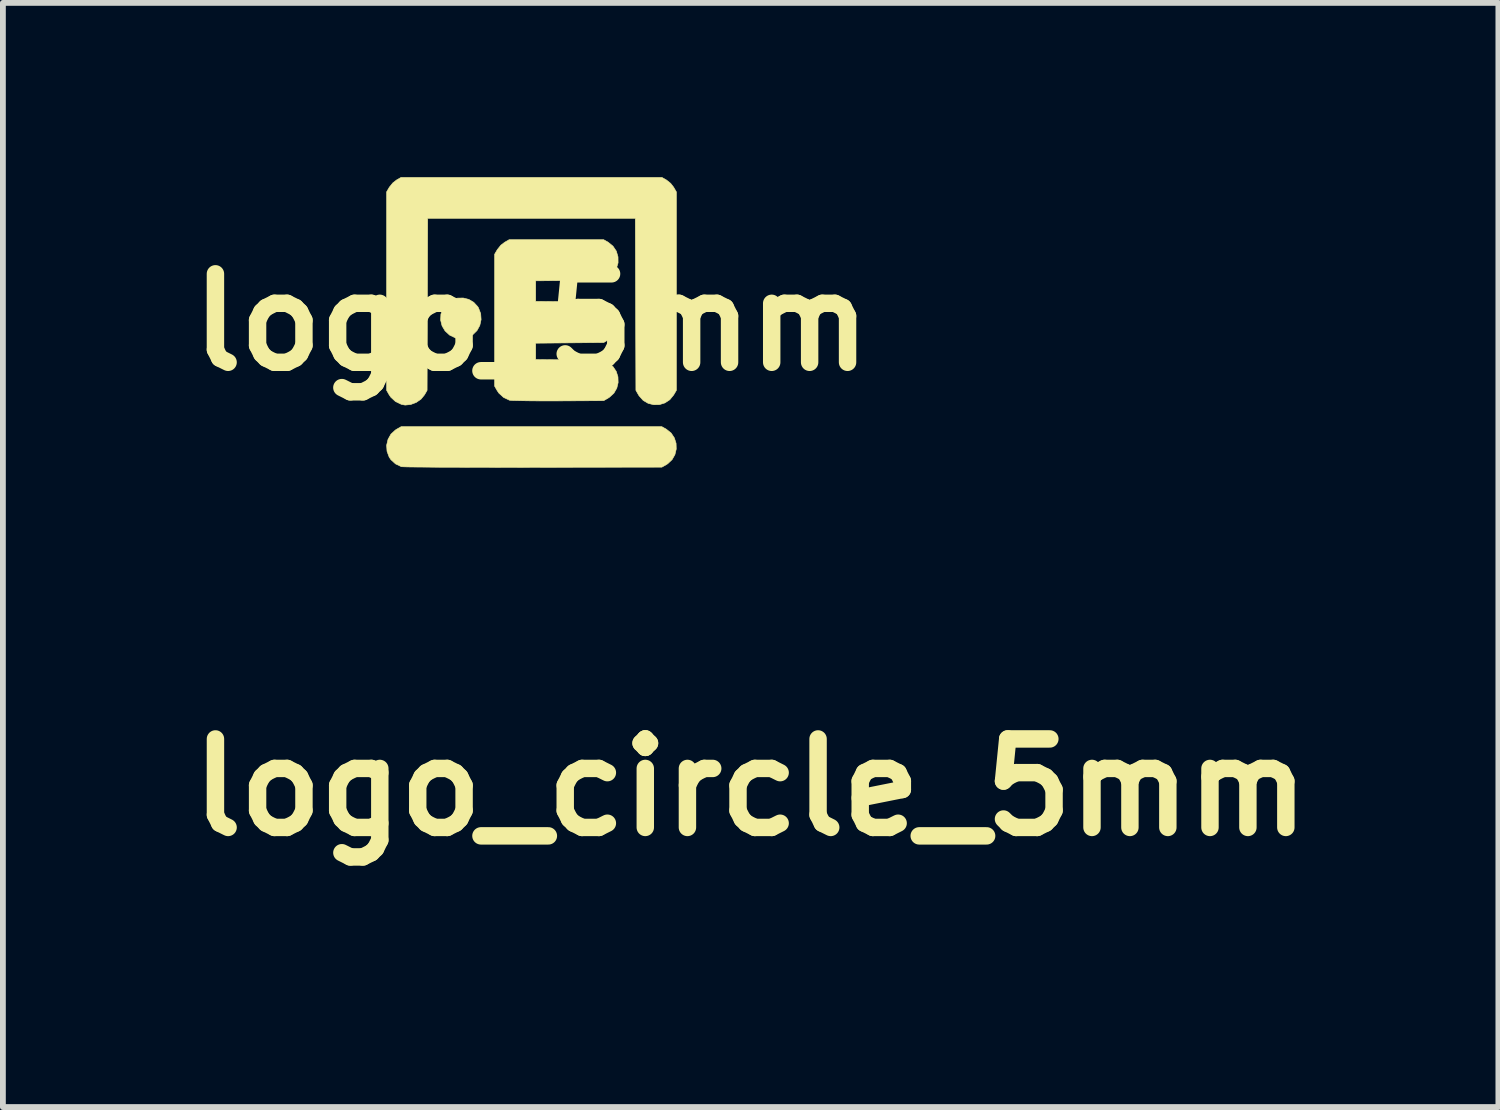
<source format=kicad_pcb>
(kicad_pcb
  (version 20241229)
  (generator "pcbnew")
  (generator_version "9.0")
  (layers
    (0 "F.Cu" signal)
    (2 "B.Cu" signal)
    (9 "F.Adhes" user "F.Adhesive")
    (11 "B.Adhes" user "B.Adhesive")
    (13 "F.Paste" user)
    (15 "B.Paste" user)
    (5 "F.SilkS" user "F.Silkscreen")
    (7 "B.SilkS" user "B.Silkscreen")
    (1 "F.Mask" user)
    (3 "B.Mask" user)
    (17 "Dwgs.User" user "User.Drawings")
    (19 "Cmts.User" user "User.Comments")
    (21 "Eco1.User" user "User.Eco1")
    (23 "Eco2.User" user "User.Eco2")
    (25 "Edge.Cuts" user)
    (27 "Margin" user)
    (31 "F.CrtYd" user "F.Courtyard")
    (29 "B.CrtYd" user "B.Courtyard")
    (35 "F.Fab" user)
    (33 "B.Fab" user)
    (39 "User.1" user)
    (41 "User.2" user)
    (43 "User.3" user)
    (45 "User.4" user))
  (footprint "logo_5mm"
    (layer "F.Cu")
    (at 6.103 2.5)
    (property "Reference" "logo_5mm" (at 0 0 0) (layer "F.SilkS") (effects (font (size 1.524 1.524) (thickness 0.3))))
    (attr through_hole)
    (fp_poly (pts (xy -1.08 -0.394) (xy -0.995 -0.344) (xy -0.925 -0.268) (xy -0.913 -0.248) (xy -0.875 -0.149) (xy -0.868 -0.046) (xy -0.89 0.054) (xy -0.938 0.142) (xy -1.01 0.213) (xy -1.03 0.225) (xy -1.112 0.26) (xy -1.203 0.278) (xy -1.286 0.275) (xy -1.31 0.269) (xy -1.41 0.221) (xy -1.488 0.149) (xy -1.54 0.062) (xy -1.565 -0.037) (xy -1.56 -0.14) (xy -1.523 -0.242) (xy -1.517 -0.251) (xy -1.451 -0.332) (xy -1.368 -0.387) (xy -1.273 -0.416) (xy -1.175 -0.418) (xy -1.08 -0.394)) (stroke (width 0.01) (type solid)) (fill yes) (layer "F.SilkS"))
    (fp_poly (pts (xy 2.323 1.842) (xy 2.405 1.908) (xy 2.46 1.991) (xy 2.49 2.085) (xy 2.493 2.183) (xy 2.47 2.279) (xy 2.421 2.365) (xy 2.346 2.436) (xy 2.323 2.451) (xy 2.245 2.495) (xy 0.027 2.498) (xy -0.253 2.499) (xy -0.523 2.499) (xy -0.781 2.498) (xy -1.026 2.498) (xy -1.255 2.497) (xy -1.465 2.497) (xy -1.655 2.496) (xy -1.822 2.494) (xy -1.965 2.493) (xy -2.08 2.492) (xy -2.166 2.49) (xy -2.22 2.488) (xy -2.24 2.487) (xy -2.341 2.439) (xy -2.421 2.366) (xy -2.451 2.322) (xy -2.488 2.222) (xy -2.495 2.118) (xy -2.471 2.017) (xy -2.421 1.927) (xy -2.344 1.856) (xy -2.323 1.842) (xy -2.245 1.798) (xy 2.245 1.798) (xy 2.323 1.842)) (stroke (width 0.01) (type solid)) (fill yes) (layer "F.SilkS"))
    (fp_poly (pts (xy 2.323 -2.451) (xy 2.397 -2.392) (xy 2.448 -2.326) (xy 2.495 -2.245) (xy 2.495 1.172) (xy 2.448 1.252) (xy 2.381 1.334) (xy 2.297 1.389) (xy 2.203 1.418) (xy 2.105 1.42) (xy 2.009 1.396) (xy 1.923 1.345) (xy 1.854 1.268) (xy 1.842 1.249) (xy 1.798 1.172) (xy 1.793 -0.309) (xy 1.788 -1.789) (xy -1.788 -1.789) (xy -1.793 -0.309) (xy -1.798 1.172) (xy -1.842 1.249) (xy -1.903 1.324) (xy -1.986 1.381) (xy -2.08 1.416) (xy -2.176 1.426) (xy -2.24 1.414) (xy -2.343 1.364) (xy -2.423 1.29) (xy -2.451 1.249) (xy -2.495 1.172) (xy -2.495 -2.245) (xy -2.448 -2.326) (xy -2.387 -2.401) (xy -2.323 -2.451) (xy -2.245 -2.495) (xy 2.245 -2.495) (xy 2.323 -2.451)) (stroke (width 0.01) (type solid)) (fill yes) (layer "F.SilkS"))
    (fp_poly (pts (xy 1.321 -1.378) (xy 1.403 -1.311) (xy 1.461 -1.225) (xy 1.49 -1.126) (xy 1.491 -1.023) (xy 1.46 -0.921) (xy 1.446 -0.894) (xy 1.385 -0.818) (xy 1.321 -0.769) (xy 1.243 -0.724) (xy 0.072 -0.714) (xy 0.072 -0.36) (xy 1.243 -0.349) (xy 1.321 -0.304) (xy 1.403 -0.239) (xy 1.459 -0.155) (xy 1.489 -0.061) (xy 1.492 0.037) (xy 1.469 0.133) (xy 1.419 0.219) (xy 1.342 0.29) (xy 1.324 0.301) (xy 1.243 0.349) (xy 0.072 0.36) (xy 0.072 0.642) (xy 1.243 0.653) (xy 1.321 0.697) (xy 1.403 0.763) (xy 1.459 0.846) (xy 1.489 0.94) (xy 1.492 1.039) (xy 1.469 1.134) (xy 1.419 1.221) (xy 1.342 1.291) (xy 1.324 1.303) (xy 1.243 1.35) (xy 0.456 1.354) (xy 0.29 1.354) (xy 0.134 1.354) (xy -0.009 1.353) (xy -0.134 1.351) (xy -0.238 1.349) (xy -0.316 1.347) (xy -0.365 1.344) (xy -0.38 1.342) (xy -0.481 1.294) (xy -0.562 1.22) (xy -0.591 1.177) (xy -0.635 1.1) (xy -0.635 -1.172) (xy -0.588 -1.252) (xy -0.527 -1.328) (xy -0.462 -1.378) (xy -0.385 -1.422) (xy 1.243 -1.422) (xy 1.321 -1.378)) (stroke (width 0.01) (type solid)) (fill yes) (layer "F.SilkS")))
  (footprint "logo_circle_5mm"
    (layer "F.Cu")
    (at 9.877 10.51)
    (property "Reference" "logo_circle_5mm" (at 0 0 0) (layer "F.SilkS") (effects (font (size 1.524 1.524) (thickness 0.3))))
    (attr through_hole)
    (fp_poly (pts (xy -0.736 -0.27) (xy -0.676 -0.252) (xy -0.623 -0.217) (xy -0.583 -0.166) (xy -0.557 -0.102) (xy -0.55 -0.06) (xy -0.555 0.014) (xy -0.58 0.077) (xy -0.623 0.127) (xy -0.681 0.161) (xy -0.753 0.178) (xy -0.778 0.179) (xy -0.828 0.174) (xy -0.871 0.159) (xy -0.895 0.144) (xy -0.949 0.098) (xy -0.983 0.041) (xy -1 -0.022) (xy -0.997 -0.087) (xy -0.975 -0.149) (xy -0.933 -0.204) (xy -0.926 -0.21) (xy -0.865 -0.251) (xy -0.8 -0.27) (xy -0.736 -0.27)) (stroke (width 0.01) (type solid)) (fill no) (layer "Eco2.User"))
    (fp_poly (pts (xy 1.479 1.17) (xy 1.523 1.203) (xy 1.556 1.246) (xy 1.565 1.265) (xy 1.583 1.304) (xy 1.594 1.34) (xy 1.596 1.356) (xy 1.586 1.422) (xy 1.556 1.484) (xy 1.513 1.536) (xy 1.458 1.572) (xy 1.434 1.582) (xy 1.415 1.584) (xy 1.374 1.586) (xy 1.312 1.588) (xy 1.233 1.59) (xy 1.137 1.591) (xy 1.026 1.592) (xy 0.902 1.593) (xy 0.768 1.594) (xy 0.624 1.595) (xy 0.473 1.596) (xy 0.317 1.596) (xy 0.157 1.596) (xy -0.005 1.596) (xy -0.167 1.596) (xy -0.327 1.596) (xy -0.483 1.595) (xy -0.634 1.595) (xy -0.778 1.594) (xy -0.912 1.593) (xy -1.035 1.592) (xy -1.146 1.59) (xy -1.241 1.589) (xy -1.321 1.587) (xy -1.381 1.585) (xy -1.422 1.583) (xy -1.441 1.581) (xy -1.498 1.551) (xy -1.544 1.504) (xy -1.576 1.446) (xy -1.592 1.382) (xy -1.587 1.318) (xy -1.586 1.314) (xy -1.565 1.256) (xy -1.535 1.213) (xy -1.49 1.177) (xy -1.479 1.17) (xy -1.424 1.138) (xy 1.424 1.138) (xy 1.479 1.17)) (stroke (width 0.01) (type solid)) (fill no) (layer "Eco2.User"))
    (fp_poly (pts (xy 0.235 -0.904) (xy 0.299 -0.903) (xy 0.818 -0.899) (xy 0.862 -0.866) (xy 0.911 -0.815) (xy 0.942 -0.754) (xy 0.954 -0.689) (xy 0.946 -0.623) (xy 0.919 -0.561) (xy 0.896 -0.532) (xy 0.875 -0.511) (xy 0.855 -0.494) (xy 0.833 -0.481) (xy 0.805 -0.471) (xy 0.77 -0.463) (xy 0.723 -0.459) (xy 0.664 -0.455) (xy 0.588 -0.454) (xy 0.493 -0.453) (xy 0.408 -0.453) (xy 0.048 -0.453) (xy 0.048 -0.226) (xy 0.413 -0.226) (xy 0.517 -0.226) (xy 0.599 -0.226) (xy 0.663 -0.225) (xy 0.712 -0.224) (xy 0.749 -0.222) (xy 0.776 -0.219) (xy 0.797 -0.214) (xy 0.814 -0.209) (xy 0.829 -0.202) (xy 0.832 -0.201) (xy 0.887 -0.162) (xy 0.926 -0.111) (xy 0.948 -0.052) (xy 0.953 0.011) (xy 0.942 0.073) (xy 0.914 0.13) (xy 0.869 0.178) (xy 0.832 0.201) (xy 0.816 0.208) (xy 0.799 0.214) (xy 0.779 0.218) (xy 0.753 0.221) (xy 0.718 0.224) (xy 0.67 0.225) (xy 0.608 0.226) (xy 0.528 0.226) (xy 0.428 0.226) (xy 0.413 0.226) (xy 0.048 0.226) (xy 0.048 0.405) (xy 0.396 0.405) (xy 0.5 0.406) (xy 0.593 0.407) (xy 0.671 0.409) (xy 0.732 0.412) (xy 0.773 0.415) (xy 0.79 0.418) (xy 0.838 0.44) (xy 0.885 0.476) (xy 0.922 0.519) (xy 0.942 0.556) (xy 0.953 0.619) (xy 0.947 0.685) (xy 0.927 0.745) (xy 0.909 0.772) (xy 0.892 0.793) (xy 0.876 0.811) (xy 0.86 0.826) (xy 0.841 0.837) (xy 0.816 0.846) (xy 0.785 0.853) (xy 0.743 0.858) (xy 0.69 0.861) (xy 0.622 0.864) (xy 0.537 0.865) (xy 0.434 0.866) (xy 0.309 0.866) (xy 0.292 0.866) (xy 0.164 0.867) (xy 0.057 0.867) (xy -0.03 0.867) (xy -0.099 0.866) (xy -0.153 0.864) (xy -0.194 0.862) (xy -0.224 0.859) (xy -0.245 0.855) (xy -0.255 0.853) (xy -0.312 0.821) (xy -0.363 0.773) (xy -0.391 0.733) (xy -0.396 0.723) (xy -0.399 0.71) (xy -0.402 0.69) (xy -0.405 0.663) (xy -0.407 0.627) (xy -0.409 0.579) (xy -0.41 0.517) (xy -0.411 0.441) (xy -0.412 0.347) (xy -0.413 0.234) (xy -0.414 0.1) (xy -0.415 0.019) (xy -0.415 -0.148) (xy -0.415 -0.293) (xy -0.415 -0.415) (xy -0.414 -0.516) (xy -0.412 -0.597) (xy -0.41 -0.658) (xy -0.408 -0.7) (xy -0.405 -0.723) (xy -0.382 -0.785) (xy -0.346 -0.839) (xy -0.299 -0.878) (xy -0.264 -0.894) (xy -0.239 -0.898) (xy -0.19 -0.9) (xy -0.118 -0.902) (xy -0.023 -0.904) (xy 0.095 -0.904) (xy 0.235 -0.904)) (stroke (width 0.01) (type solid)) (fill no) (layer "Eco2.User"))
    (fp_poly (pts (xy 0.173 -1.598) (xy 0.333 -1.597) (xy 0.489 -1.597) (xy 0.639 -1.596) (xy 0.782 -1.595) (xy 0.916 -1.594) (xy 1.038 -1.593) (xy 1.148 -1.592) (xy 1.242 -1.59) (xy 1.32 -1.588) (xy 1.379 -1.586) (xy 1.418 -1.584) (xy 1.434 -1.582) (xy 1.487 -1.555) (xy 1.536 -1.512) (xy 1.571 -1.46) (xy 1.582 -1.434) (xy 1.584 -1.414) (xy 1.587 -1.372) (xy 1.589 -1.31) (xy 1.59 -1.232) (xy 1.592 -1.137) (xy 1.594 -1.03) (xy 1.595 -0.912) (xy 1.596 -0.784) (xy 1.596 -0.65) (xy 1.597 -0.512) (xy 1.597 -0.371) (xy 1.597 -0.229) (xy 1.597 -0.089) (xy 1.597 0.047) (xy 1.596 0.177) (xy 1.595 0.298) (xy 1.594 0.41) (xy 1.593 0.509) (xy 1.591 0.593) (xy 1.589 0.661) (xy 1.587 0.71) (xy 1.585 0.738) (xy 1.584 0.742) (xy 1.561 0.791) (xy 1.525 0.839) (xy 1.481 0.878) (xy 1.464 0.888) (xy 1.425 0.9) (xy 1.373 0.905) (xy 1.32 0.902) (xy 1.275 0.893) (xy 1.264 0.888) (xy 1.22 0.856) (xy 1.18 0.81) (xy 1.151 0.761) (xy 1.144 0.742) (xy 1.142 0.72) (xy 1.139 0.674) (xy 1.137 0.605) (xy 1.136 0.513) (xy 1.134 0.398) (xy 1.133 0.26) (xy 1.132 0.1) (xy 1.132 -0.082) (xy 1.132 -0.217) (xy 1.132 -1.132) (xy -1.132 -1.132) (xy -1.132 -0.217) (xy -1.132 -0.02) (xy -1.133 0.155) (xy -1.133 0.307) (xy -1.135 0.438) (xy -1.136 0.545) (xy -1.138 0.63) (xy -1.14 0.692) (xy -1.143 0.73) (xy -1.144 0.742) (xy -1.167 0.791) (xy -1.204 0.839) (xy -1.247 0.878) (xy -1.264 0.888) (xy -1.306 0.901) (xy -1.36 0.905) (xy -1.414 0.901) (xy -1.459 0.889) (xy -1.471 0.883) (xy -1.533 0.832) (xy -1.575 0.767) (xy -1.578 0.76) (xy -1.581 0.75) (xy -1.584 0.735) (xy -1.587 0.715) (xy -1.589 0.688) (xy -1.59 0.651) (xy -1.592 0.604) (xy -1.593 0.546) (xy -1.594 0.474) (xy -1.595 0.387) (xy -1.596 0.284) (xy -1.596 0.163) (xy -1.596 0.023) (xy -1.596 -0.138) (xy -1.596 -0.321) (xy -1.596 -0.335) (xy -1.596 -0.53) (xy -1.596 -0.702) (xy -1.596 -0.854) (xy -1.595 -0.984) (xy -1.594 -1.096) (xy -1.593 -1.189) (xy -1.592 -1.266) (xy -1.59 -1.327) (xy -1.588 -1.373) (xy -1.586 -1.406) (xy -1.583 -1.427) (xy -1.582 -1.434) (xy -1.555 -1.487) (xy -1.512 -1.536) (xy -1.46 -1.571) (xy -1.434 -1.582) (xy -1.414 -1.584) (xy -1.372 -1.586) (xy -1.31 -1.588) (xy -1.23 -1.59) (xy -1.134 -1.592) (xy -1.022 -1.593) (xy -0.898 -1.594) (xy -0.763 -1.595) (xy -0.619 -1.596) (xy -0.468 -1.597) (xy -0.311 -1.597) (xy -0.151 -1.598) (xy 0.011 -1.598) (xy 0.173 -1.598)) (stroke (width 0.01) (type solid)) (fill no) (layer "Eco2.User"))
    (fp_poly (pts (xy 0.143 -2.498) (xy 0.365 -2.475) (xy 0.584 -2.432) (xy 0.798 -2.371) (xy 1.006 -2.29) (xy 1.207 -2.191) (xy 1.398 -2.074) (xy 1.58 -1.94) (xy 1.75 -1.788) (xy 1.907 -1.619) (xy 2.05 -1.434) (xy 2.177 -1.233) (xy 2.247 -1.1) (xy 2.343 -0.878) (xy 2.416 -0.651) (xy 2.467 -0.418) (xy 2.495 -0.183) (xy 2.501 0.054) (xy 2.485 0.29) (xy 2.446 0.525) (xy 2.384 0.756) (xy 2.301 0.982) (xy 2.246 1.102) (xy 2.128 1.314) (xy 1.993 1.512) (xy 1.84 1.695) (xy 1.672 1.861) (xy 1.489 2.011) (xy 1.293 2.142) (xy 1.084 2.254) (xy 0.864 2.347) (xy 0.635 2.419) (xy 0.397 2.47) (xy 0.256 2.49) (xy 0.185 2.495) (xy 0.097 2.499) (xy 0.001 2.5) (xy -0.096 2.499) (xy -0.186 2.495) (xy -0.262 2.49) (xy -0.274 2.489) (xy -0.512 2.45) (xy -0.742 2.391) (xy -0.962 2.311) (xy -1.171 2.211) (xy -1.369 2.094) (xy -1.555 1.959) (xy -1.727 1.809) (xy -1.884 1.644) (xy -2.026 1.466) (xy -2.152 1.275) (xy -2.26 1.073) (xy -2.349 0.86) (xy -2.419 0.639) (xy -2.468 0.409) (xy -2.496 0.173) (xy -2.502 0.000261) (xy -2.405 0.000261) (xy -2.402 0.112) (xy -2.397 0.221) (xy -2.388 0.322) (xy -2.377 0.407) (xy -2.373 0.435) (xy -2.317 0.668) (xy -2.24 0.891) (xy -2.143 1.103) (xy -2.027 1.303) (xy -1.894 1.49) (xy -1.744 1.663) (xy -1.579 1.821) (xy -1.399 1.963) (xy -1.206 2.087) (xy -1.001 2.193) (xy -0.785 2.28) (xy -0.559 2.346) (xy -0.345 2.387) (xy -0.268 2.396) (xy -0.174 2.402) (xy -0.069 2.405) (xy 0.04 2.405) (xy 0.147 2.402) (xy 0.245 2.397) (xy 0.327 2.389) (xy 0.335 2.388) (xy 0.554 2.347) (xy 0.771 2.285) (xy 0.98 2.204) (xy 1.176 2.106) (xy 1.234 2.072) (xy 1.434 1.938) (xy 1.617 1.787) (xy 1.784 1.62) (xy 1.933 1.439) (xy 2.064 1.245) (xy 2.175 1.039) (xy 2.266 0.822) (xy 2.336 0.596) (xy 2.384 0.362) (xy 2.387 0.337) (xy 2.398 0.241) (xy 2.404 0.129) (xy 2.406 0.009) (xy 2.405 -0.111) (xy 2.399 -0.225) (xy 2.389 -0.324) (xy 2.387 -0.337) (xy 2.342 -0.57) (xy 2.276 -0.794) (xy 2.189 -1.009) (xy 2.083 -1.212) (xy 1.959 -1.404) (xy 1.818 -1.582) (xy 1.662 -1.746) (xy 1.49 -1.895) (xy 1.306 -2.027) (xy 1.108 -2.142) (xy 0.9 -2.238) (xy 0.681 -2.314) (xy 0.453 -2.369) (xy 0.335 -2.388) (xy 0.239 -2.398) (xy 0.128 -2.404) (xy 0.009 -2.406) (xy -0.111 -2.405) (xy -0.223 -2.399) (xy -0.321 -2.39) (xy -0.337 -2.387) (xy -0.572 -2.342) (xy -0.798 -2.274) (xy -1.016 -2.185) (xy -1.224 -2.076) (xy -1.419 -1.948) (xy -1.602 -1.801) (xy -1.77 -1.636) (xy -1.923 -1.454) (xy -2.059 -1.257) (xy -2.072 -1.235) (xy -2.175 -1.042) (xy -2.262 -0.835) (xy -2.33 -0.618) (xy -2.379 -0.395) (xy -2.395 -0.283) (xy -2.402 -0.204) (xy -2.405 -0.107) (xy -2.405 0.000261) (xy -2.502 0.000261) (xy -2.502 0) (xy -2.49 -0.242) (xy -2.455 -0.479) (xy -2.399 -0.71) (xy -2.321 -0.934) (xy -2.222 -1.149) (xy -2.104 -1.353) (xy -1.967 -1.546) (xy -1.811 -1.726) (xy -1.638 -1.891) (xy -1.448 -2.04) (xy -1.388 -2.082) (xy -1.182 -2.206) (xy -0.969 -2.307) (xy -0.751 -2.388) (xy -0.53 -2.446) (xy -0.306 -2.484) (xy -0.081 -2.501) (xy 0.143 -2.498)) (stroke (width 0.01) (type solid)) (fill no) (layer "Eco2.User")))
  (gr_rect
    (start -3 -3)
    (end 22.754 16.015)
    (stroke (width 0.1) (type default))
    (fill no)
    (layer "Edge.Cuts")))
</source>
